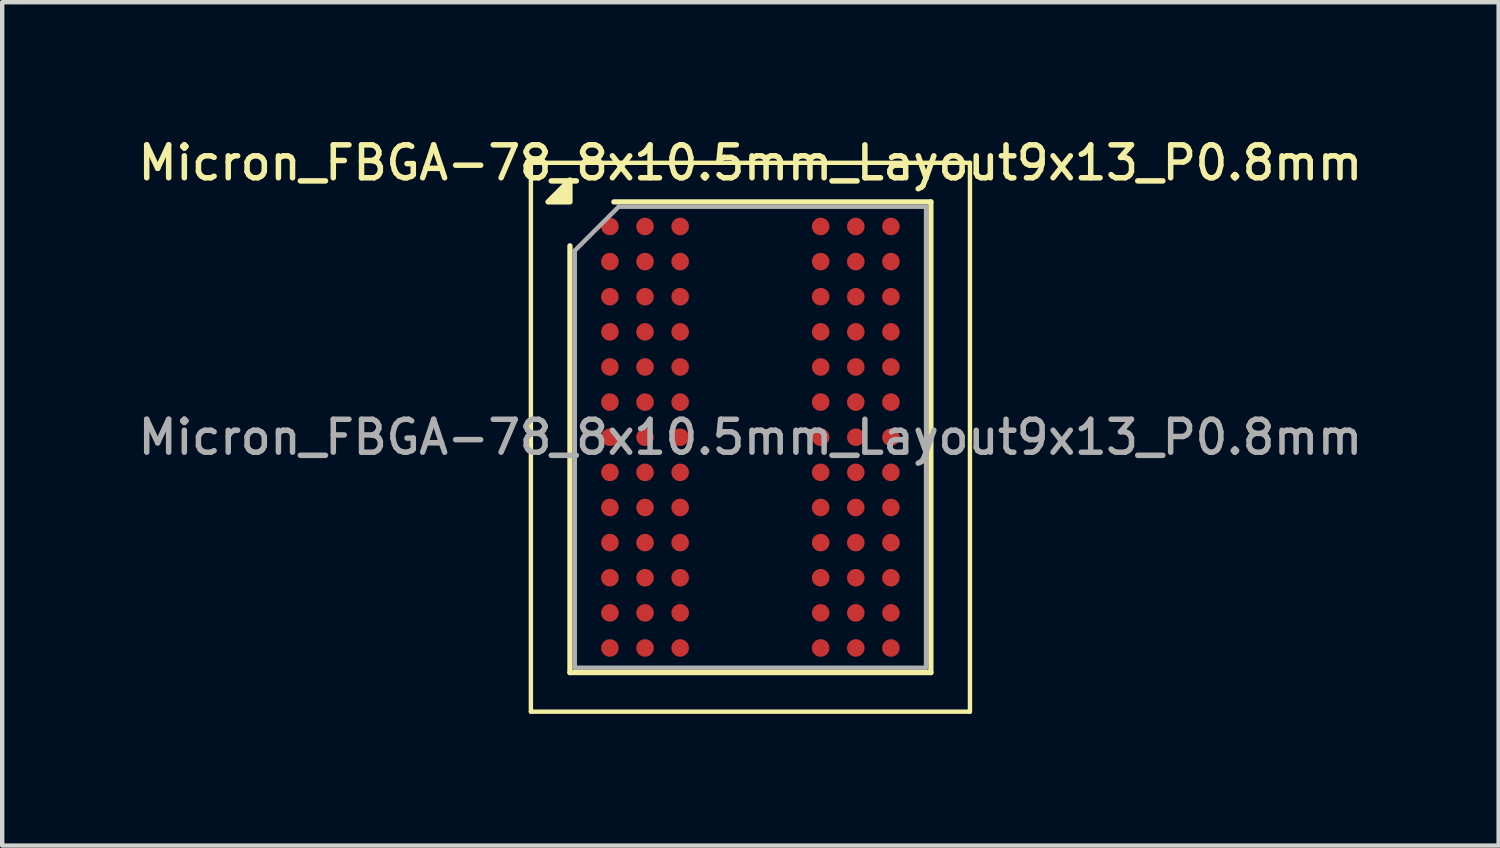
<source format=kicad_pcb>
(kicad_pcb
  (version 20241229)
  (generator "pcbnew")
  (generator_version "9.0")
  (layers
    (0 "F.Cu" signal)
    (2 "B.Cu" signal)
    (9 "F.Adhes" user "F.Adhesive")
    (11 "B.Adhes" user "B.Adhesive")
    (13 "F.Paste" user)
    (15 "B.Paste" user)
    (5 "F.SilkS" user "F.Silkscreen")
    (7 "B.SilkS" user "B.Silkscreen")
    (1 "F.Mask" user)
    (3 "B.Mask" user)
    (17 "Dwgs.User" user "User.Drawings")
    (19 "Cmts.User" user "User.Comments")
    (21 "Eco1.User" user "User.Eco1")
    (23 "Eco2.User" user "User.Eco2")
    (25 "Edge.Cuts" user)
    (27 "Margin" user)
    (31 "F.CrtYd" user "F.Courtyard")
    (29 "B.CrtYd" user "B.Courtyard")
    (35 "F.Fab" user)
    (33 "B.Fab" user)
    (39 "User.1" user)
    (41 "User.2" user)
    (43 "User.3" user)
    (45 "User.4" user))
  (footprint "Micron_FBGA-78_8x10.5mm_Layout9x13_P0.8mm"
    (layer "F.Cu")
    (at 14.041 6.908)
    (property "Reference" "Micron_FBGA-78_8x10.5mm_Layout9x13_P0.8mm" (at 0 -6.25 0) (layer "F.SilkS") (effects (font (size 0.75 0.75) (thickness 0.125))))
    (attr smd)
    (fp_line (start -5 -6.25) (end -5 6.25) (stroke (width 0.1) (type solid)) (layer "F.SilkS"))
    (fp_line (start -5 6.25) (end 5 6.25) (stroke (width 0.1) (type solid)) (layer "F.SilkS"))
    (fp_line (start -4.11 5.36) (end -4.11 -4.36) (stroke (width 0.12) (type solid)) (layer "F.SilkS"))
    (fp_line (start -3.11 -5.36) (end 4.11 -5.36) (stroke (width 0.12) (type solid)) (layer "F.SilkS"))
    (fp_line (start 4.11 -5.36) (end 4.11 5.36) (stroke (width 0.12) (type solid)) (layer "F.SilkS"))
    (fp_line (start 4.11 5.36) (end -4.11 5.36) (stroke (width 0.12) (type solid)) (layer "F.SilkS"))
    (fp_line (start 5 -6.25) (end -5 -6.25) (stroke (width 0.1) (type solid)) (layer "F.SilkS"))
    (fp_line (start 5 6.25) (end 5 -6.25) (stroke (width 0.1) (type solid)) (layer "F.SilkS"))
    (fp_poly (pts (xy -4.11 -5.36) (xy -4.61 -5.36) (xy -4.11 -5.86) (xy -4.11 -5.36)) (stroke (width 0.12) (type solid)) (fill yes) (layer "F.SilkS"))
    (fp_line (start -4 -4.25) (end -3 -5.25) (stroke (width 0.1) (type solid)) (layer "F.Fab"))
    (fp_line (start -4 5.25) (end -4 -4.25) (stroke (width 0.1) (type solid)) (layer "F.Fab"))
    (fp_line (start -3 -5.25) (end 4 -5.25) (stroke (width 0.1) (type solid)) (layer "F.Fab"))
    (fp_line (start 4 -5.25) (end 4 5.25) (stroke (width 0.1) (type solid)) (layer "F.Fab"))
    (fp_line (start 4 5.25) (end -4 5.25) (stroke (width 0.1) (type solid)) (layer "F.Fab"))
    (fp_text user "${REFERENCE}" (at 0 0 0) (layer "F.Fab") (effects (font (size 0.75 0.75) (thickness 0.125))))
    (pad "A1" smd circle (at -3.2 -4.8) (size 0.4 0.4) (property pad_prop_bga) (layers "F.Cu" "F.Mask" "F.Paste"))
    (pad "A2" smd circle (at -2.4 -4.8) (size 0.4 0.4) (property pad_prop_bga) (layers "F.Cu" "F.Mask" "F.Paste"))
    (pad "A3" smd circle (at -1.6 -4.8) (size 0.4 0.4) (property pad_prop_bga) (layers "F.Cu" "F.Mask" "F.Paste"))
    (pad "A7" smd circle (at 1.6 -4.8) (size 0.4 0.4) (property pad_prop_bga) (layers "F.Cu" "F.Mask" "F.Paste"))
    (pad "A8" smd circle (at 2.4 -4.8) (size 0.4 0.4) (property pad_prop_bga) (layers "F.Cu" "F.Mask" "F.Paste"))
    (pad "A9" smd circle (at 3.2 -4.8) (size 0.4 0.4) (property pad_prop_bga) (layers "F.Cu" "F.Mask" "F.Paste"))
    (pad "B1" smd circle (at -3.2 -4) (size 0.4 0.4) (property pad_prop_bga) (layers "F.Cu" "F.Mask" "F.Paste"))
    (pad "B2" smd circle (at -2.4 -4) (size 0.4 0.4) (property pad_prop_bga) (layers "F.Cu" "F.Mask" "F.Paste"))
    (pad "B3" smd circle (at -1.6 -4) (size 0.4 0.4) (property pad_prop_bga) (layers "F.Cu" "F.Mask" "F.Paste"))
    (pad "B7" smd circle (at 1.6 -4) (size 0.4 0.4) (property pad_prop_bga) (layers "F.Cu" "F.Mask" "F.Paste"))
    (pad "B8" smd circle (at 2.4 -4) (size 0.4 0.4) (property pad_prop_bga) (layers "F.Cu" "F.Mask" "F.Paste"))
    (pad "B9" smd circle (at 3.2 -4) (size 0.4 0.4) (property pad_prop_bga) (layers "F.Cu" "F.Mask" "F.Paste"))
    (pad "C1" smd circle (at -3.2 -3.2) (size 0.4 0.4) (property pad_prop_bga) (layers "F.Cu" "F.Mask" "F.Paste"))
    (pad "C2" smd circle (at -2.4 -3.2) (size 0.4 0.4) (property pad_prop_bga) (layers "F.Cu" "F.Mask" "F.Paste"))
    (pad "C3" smd circle (at -1.6 -3.2) (size 0.4 0.4) (property pad_prop_bga) (layers "F.Cu" "F.Mask" "F.Paste"))
    (pad "C7" smd circle (at 1.6 -3.2) (size 0.4 0.4) (property pad_prop_bga) (layers "F.Cu" "F.Mask" "F.Paste"))
    (pad "C8" smd circle (at 2.4 -3.2) (size 0.4 0.4) (property pad_prop_bga) (layers "F.Cu" "F.Mask" "F.Paste"))
    (pad "C9" smd circle (at 3.2 -3.2) (size 0.4 0.4) (property pad_prop_bga) (layers "F.Cu" "F.Mask" "F.Paste"))
    (pad "D1" smd circle (at -3.2 -2.4) (size 0.4 0.4) (property pad_prop_bga) (layers "F.Cu" "F.Mask" "F.Paste"))
    (pad "D2" smd circle (at -2.4 -2.4) (size 0.4 0.4) (property pad_prop_bga) (layers "F.Cu" "F.Mask" "F.Paste"))
    (pad "D3" smd circle (at -1.6 -2.4) (size 0.4 0.4) (property pad_prop_bga) (layers "F.Cu" "F.Mask" "F.Paste"))
    (pad "D7" smd circle (at 1.6 -2.4) (size 0.4 0.4) (property pad_prop_bga) (layers "F.Cu" "F.Mask" "F.Paste"))
    (pad "D8" smd circle (at 2.4 -2.4) (size 0.4 0.4) (property pad_prop_bga) (layers "F.Cu" "F.Mask" "F.Paste"))
    (pad "D9" smd circle (at 3.2 -2.4) (size 0.4 0.4) (property pad_prop_bga) (layers "F.Cu" "F.Mask" "F.Paste"))
    (pad "E1" smd circle (at -3.2 -1.6) (size 0.4 0.4) (property pad_prop_bga) (layers "F.Cu" "F.Mask" "F.Paste"))
    (pad "E2" smd circle (at -2.4 -1.6) (size 0.4 0.4) (property pad_prop_bga) (layers "F.Cu" "F.Mask" "F.Paste"))
    (pad "E3" smd circle (at -1.6 -1.6) (size 0.4 0.4) (property pad_prop_bga) (layers "F.Cu" "F.Mask" "F.Paste"))
    (pad "E7" smd circle (at 1.6 -1.6) (size 0.4 0.4) (property pad_prop_bga) (layers "F.Cu" "F.Mask" "F.Paste"))
    (pad "E8" smd circle (at 2.4 -1.6) (size 0.4 0.4) (property pad_prop_bga) (layers "F.Cu" "F.Mask" "F.Paste"))
    (pad "E9" smd circle (at 3.2 -1.6) (size 0.4 0.4) (property pad_prop_bga) (layers "F.Cu" "F.Mask" "F.Paste"))
    (pad "F1" smd circle (at -3.2 -0.8) (size 0.4 0.4) (property pad_prop_bga) (layers "F.Cu" "F.Mask" "F.Paste"))
    (pad "F2" smd circle (at -2.4 -0.8) (size 0.4 0.4) (property pad_prop_bga) (layers "F.Cu" "F.Mask" "F.Paste"))
    (pad "F3" smd circle (at -1.6 -0.8) (size 0.4 0.4) (property pad_prop_bga) (layers "F.Cu" "F.Mask" "F.Paste"))
    (pad "F7" smd circle (at 1.6 -0.8) (size 0.4 0.4) (property pad_prop_bga) (layers "F.Cu" "F.Mask" "F.Paste"))
    (pad "F8" smd circle (at 2.4 -0.8) (size 0.4 0.4) (property pad_prop_bga) (layers "F.Cu" "F.Mask" "F.Paste"))
    (pad "F9" smd circle (at 3.2 -0.8) (size 0.4 0.4) (property pad_prop_bga) (layers "F.Cu" "F.Mask" "F.Paste"))
    (pad "G1" smd circle (at -3.2 0) (size 0.4 0.4) (property pad_prop_bga) (layers "F.Cu" "F.Mask" "F.Paste"))
    (pad "G2" smd circle (at -2.4 0) (size 0.4 0.4) (property pad_prop_bga) (layers "F.Cu" "F.Mask" "F.Paste"))
    (pad "G3" smd circle (at -1.6 0) (size 0.4 0.4) (property pad_prop_bga) (layers "F.Cu" "F.Mask" "F.Paste"))
    (pad "G7" smd circle (at 1.6 0) (size 0.4 0.4) (property pad_prop_bga) (layers "F.Cu" "F.Mask" "F.Paste"))
    (pad "G8" smd circle (at 2.4 0) (size 0.4 0.4) (property pad_prop_bga) (layers "F.Cu" "F.Mask" "F.Paste"))
    (pad "G9" smd circle (at 3.2 0) (size 0.4 0.4) (property pad_prop_bga) (layers "F.Cu" "F.Mask" "F.Paste"))
    (pad "H1" smd circle (at -3.2 0.8) (size 0.4 0.4) (property pad_prop_bga) (layers "F.Cu" "F.Mask" "F.Paste"))
    (pad "H2" smd circle (at -2.4 0.8) (size 0.4 0.4) (property pad_prop_bga) (layers "F.Cu" "F.Mask" "F.Paste"))
    (pad "H3" smd circle (at -1.6 0.8) (size 0.4 0.4) (property pad_prop_bga) (layers "F.Cu" "F.Mask" "F.Paste"))
    (pad "H7" smd circle (at 1.6 0.8) (size 0.4 0.4) (property pad_prop_bga) (layers "F.Cu" "F.Mask" "F.Paste"))
    (pad "H8" smd circle (at 2.4 0.8) (size 0.4 0.4) (property pad_prop_bga) (layers "F.Cu" "F.Mask" "F.Paste"))
    (pad "H9" smd circle (at 3.2 0.8) (size 0.4 0.4) (property pad_prop_bga) (layers "F.Cu" "F.Mask" "F.Paste"))
    (pad "J1" smd circle (at -3.2 1.6) (size 0.4 0.4) (property pad_prop_bga) (layers "F.Cu" "F.Mask" "F.Paste"))
    (pad "J2" smd circle (at -2.4 1.6) (size 0.4 0.4) (property pad_prop_bga) (layers "F.Cu" "F.Mask" "F.Paste"))
    (pad "J3" smd circle (at -1.6 1.6) (size 0.4 0.4) (property pad_prop_bga) (layers "F.Cu" "F.Mask" "F.Paste"))
    (pad "J7" smd circle (at 1.6 1.6) (size 0.4 0.4) (property pad_prop_bga) (layers "F.Cu" "F.Mask" "F.Paste"))
    (pad "J8" smd circle (at 2.4 1.6) (size 0.4 0.4) (property pad_prop_bga) (layers "F.Cu" "F.Mask" "F.Paste"))
    (pad "J9" smd circle (at 3.2 1.6) (size 0.4 0.4) (property pad_prop_bga) (layers "F.Cu" "F.Mask" "F.Paste"))
    (pad "K1" smd circle (at -3.2 2.4) (size 0.4 0.4) (property pad_prop_bga) (layers "F.Cu" "F.Mask" "F.Paste"))
    (pad "K2" smd circle (at -2.4 2.4) (size 0.4 0.4) (property pad_prop_bga) (layers "F.Cu" "F.Mask" "F.Paste"))
    (pad "K3" smd circle (at -1.6 2.4) (size 0.4 0.4) (property pad_prop_bga) (layers "F.Cu" "F.Mask" "F.Paste"))
    (pad "K7" smd circle (at 1.6 2.4) (size 0.4 0.4) (property pad_prop_bga) (layers "F.Cu" "F.Mask" "F.Paste"))
    (pad "K8" smd circle (at 2.4 2.4) (size 0.4 0.4) (property pad_prop_bga) (layers "F.Cu" "F.Mask" "F.Paste"))
    (pad "K9" smd circle (at 3.2 2.4) (size 0.4 0.4) (property pad_prop_bga) (layers "F.Cu" "F.Mask" "F.Paste"))
    (pad "L1" smd circle (at -3.2 3.2) (size 0.4 0.4) (property pad_prop_bga) (layers "F.Cu" "F.Mask" "F.Paste"))
    (pad "L2" smd circle (at -2.4 3.2) (size 0.4 0.4) (property pad_prop_bga) (layers "F.Cu" "F.Mask" "F.Paste"))
    (pad "L3" smd circle (at -1.6 3.2) (size 0.4 0.4) (property pad_prop_bga) (layers "F.Cu" "F.Mask" "F.Paste"))
    (pad "L7" smd circle (at 1.6 3.2) (size 0.4 0.4) (property pad_prop_bga) (layers "F.Cu" "F.Mask" "F.Paste"))
    (pad "L8" smd circle (at 2.4 3.2) (size 0.4 0.4) (property pad_prop_bga) (layers "F.Cu" "F.Mask" "F.Paste"))
    (pad "L9" smd circle (at 3.2 3.2) (size 0.4 0.4) (property pad_prop_bga) (layers "F.Cu" "F.Mask" "F.Paste"))
    (pad "M1" smd circle (at -3.2 4) (size 0.4 0.4) (property pad_prop_bga) (layers "F.Cu" "F.Mask" "F.Paste"))
    (pad "M2" smd circle (at -2.4 4) (size 0.4 0.4) (property pad_prop_bga) (layers "F.Cu" "F.Mask" "F.Paste"))
    (pad "M3" smd circle (at -1.6 4) (size 0.4 0.4) (property pad_prop_bga) (layers "F.Cu" "F.Mask" "F.Paste"))
    (pad "M7" smd circle (at 1.6 4) (size 0.4 0.4) (property pad_prop_bga) (layers "F.Cu" "F.Mask" "F.Paste"))
    (pad "M8" smd circle (at 2.4 4) (size 0.4 0.4) (property pad_prop_bga) (layers "F.Cu" "F.Mask" "F.Paste"))
    (pad "M9" smd circle (at 3.2 4) (size 0.4 0.4) (property pad_prop_bga) (layers "F.Cu" "F.Mask" "F.Paste"))
    (pad "N1" smd circle (at -3.2 4.8) (size 0.4 0.4) (property pad_prop_bga) (layers "F.Cu" "F.Mask" "F.Paste"))
    (pad "N2" smd circle (at -2.4 4.8) (size 0.4 0.4) (property pad_prop_bga) (layers "F.Cu" "F.Mask" "F.Paste"))
    (pad "N3" smd circle (at -1.6 4.8) (size 0.4 0.4) (property pad_prop_bga) (layers "F.Cu" "F.Mask" "F.Paste"))
    (pad "N7" smd circle (at 1.6 4.8) (size 0.4 0.4) (property pad_prop_bga) (layers "F.Cu" "F.Mask" "F.Paste"))
    (pad "N8" smd circle (at 2.4 4.8) (size 0.4 0.4) (property pad_prop_bga) (layers "F.Cu" "F.Mask" "F.Paste"))
    (pad "N9" smd circle (at 3.2 4.8) (size 0.4 0.4) (property pad_prop_bga) (layers "F.Cu" "F.Mask" "F.Paste")))
  (gr_rect
    (start -3 -3)
    (end 31.082 16.208)
    (stroke (width 0.1) (type default))
    (fill no)
    (layer "Edge.Cuts")))
</source>
